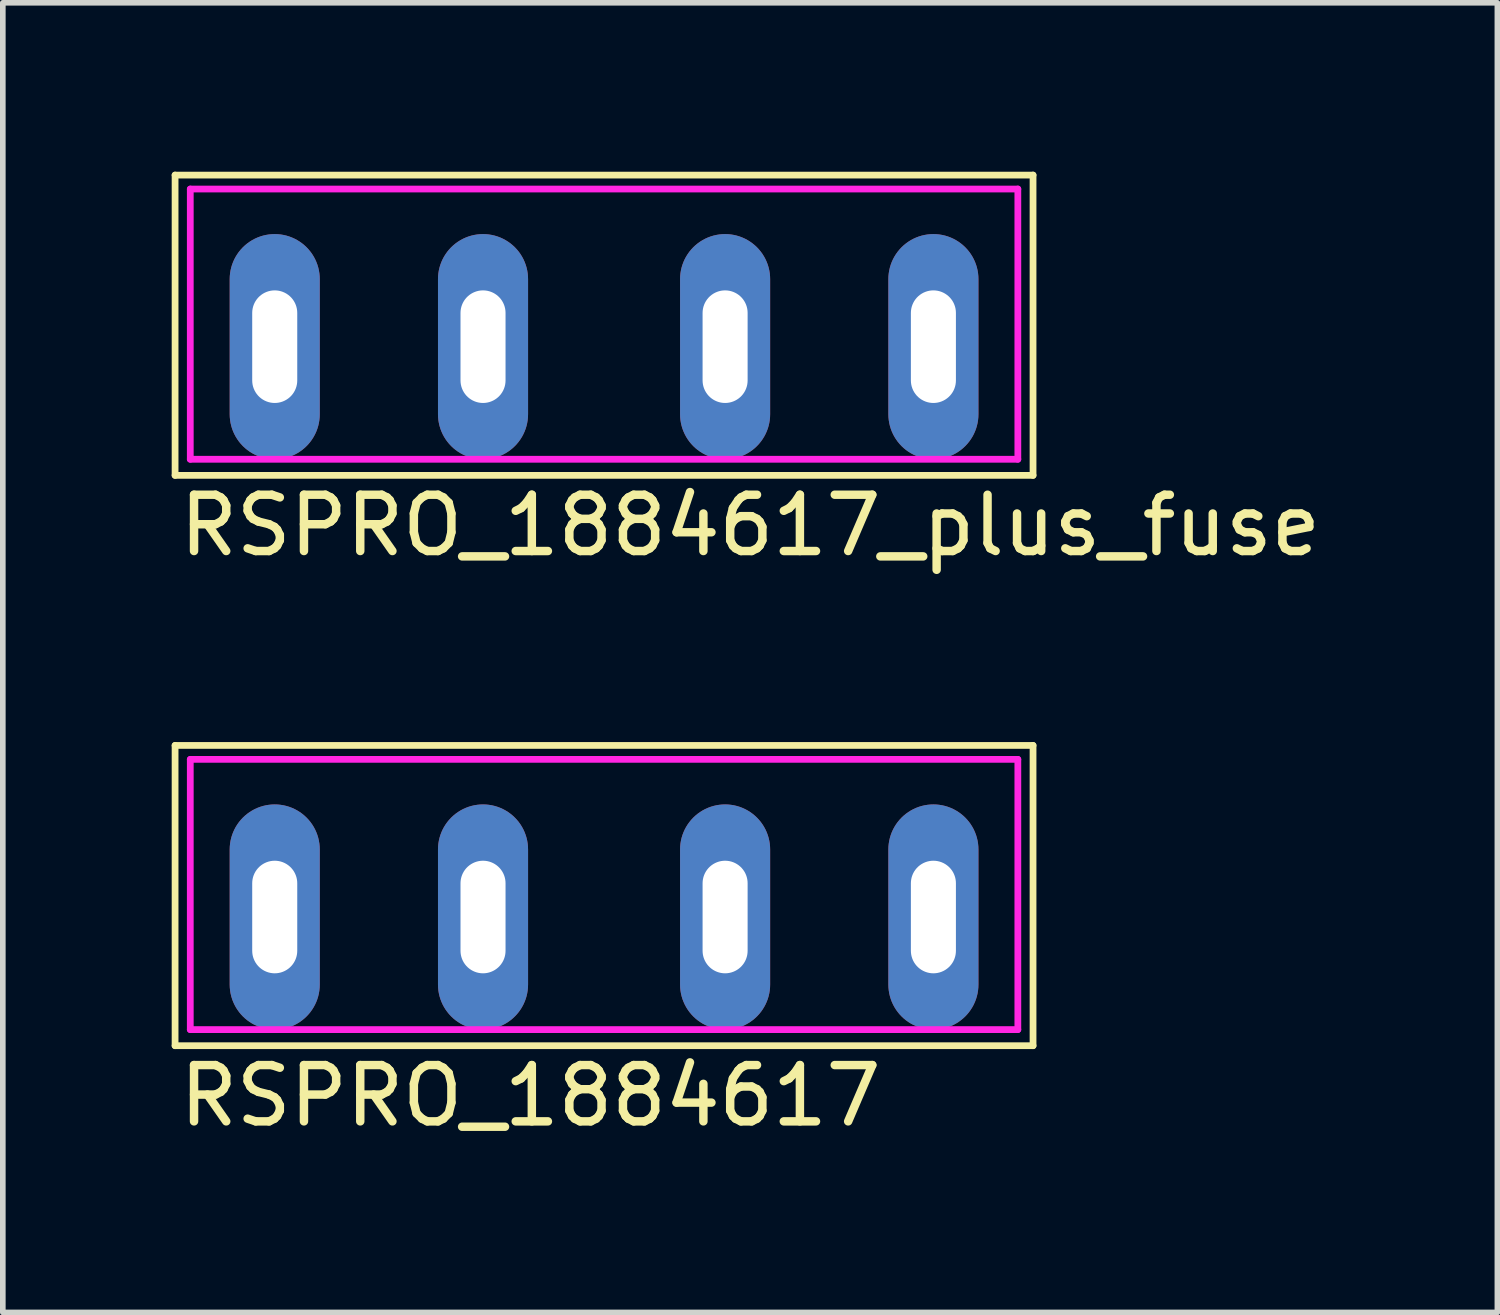
<source format=kicad_pcb>
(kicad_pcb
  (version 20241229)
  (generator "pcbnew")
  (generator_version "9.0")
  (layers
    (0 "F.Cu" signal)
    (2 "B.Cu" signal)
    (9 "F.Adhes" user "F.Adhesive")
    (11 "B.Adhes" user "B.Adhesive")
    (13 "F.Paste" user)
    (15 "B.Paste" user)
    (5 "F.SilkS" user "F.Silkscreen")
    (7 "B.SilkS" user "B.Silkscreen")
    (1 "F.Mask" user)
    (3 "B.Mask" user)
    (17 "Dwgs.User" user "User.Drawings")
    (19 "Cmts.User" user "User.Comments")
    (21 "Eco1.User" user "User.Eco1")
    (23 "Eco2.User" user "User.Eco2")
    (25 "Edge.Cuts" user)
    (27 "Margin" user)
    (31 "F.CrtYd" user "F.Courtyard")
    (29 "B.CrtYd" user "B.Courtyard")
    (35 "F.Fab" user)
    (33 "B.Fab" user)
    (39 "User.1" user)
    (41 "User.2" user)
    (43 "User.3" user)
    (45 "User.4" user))
  (footprint "RSPRO_1884617"
    (layer "F.Cu")
    (at 7.68 13.239)
    (property "Reference" "RSPRO_1884617" (at -7.62 3.175 0) (layer "F.SilkS") (effects (font (size 1 1) (thickness 0.15)) (justify left)))
    (attr through_hole)
    (fp_line (start -7.62 -3.048) (end 7.62 -3.048) (stroke (width 0.12) (type solid)) (layer "F.SilkS"))
    (fp_line (start -7.62 2.286) (end -7.62 -3.048) (stroke (width 0.12) (type solid)) (layer "F.SilkS"))
    (fp_line (start 7.62 -3.048) (end 7.62 2.286) (stroke (width 0.12) (type solid)) (layer "F.SilkS"))
    (fp_line (start 7.62 2.286) (end -7.62 2.286) (stroke (width 0.12) (type solid)) (layer "F.SilkS"))
    (fp_line (start -7.35 -2.8) (end -7.35 2) (stroke (width 0.12) (type solid)) (layer "F.CrtYd"))
    (fp_line (start -7.35 -2.8) (end 7.35 -2.8) (stroke (width 0.12) (type solid)) (layer "F.CrtYd"))
    (fp_line (start 7.35 -2.8) (end 7.35 2) (stroke (width 0.12) (type solid)) (layer "F.CrtYd"))
    (fp_line (start 7.35 2) (end -7.35 2) (stroke (width 0.12) (type solid)) (layer "F.CrtYd"))
    (pad "1" thru_hole oval (at -5.85 0) (size 1.6 4) (drill oval 0.8 2) (layers "*.Cu" "*.Mask"))
    (pad "1" thru_hole oval (at -2.15 0) (size 1.6 4) (drill oval 0.8 2) (layers "*.Cu" "*.Mask"))
    (pad "2" thru_hole oval (at 2.15 0) (size 1.6 4) (drill oval 0.8 2) (layers "*.Cu" "*.Mask"))
    (pad "2" thru_hole oval (at 5.85 0) (size 1.6 4) (drill oval 0.8 2) (layers "*.Cu" "*.Mask")))
  (footprint "RSPRO_1884617_plus_fuse"
    (layer "F.Cu")
    (at 7.68 3.108)
    (property "Reference" "RSPRO_1884617_plus_fuse" (at -7.62 3.175 0) (layer "F.SilkS") (effects (font (size 1 1) (thickness 0.15)) (justify left)))
    (attr through_hole)
    (fp_line (start -7.62 -3.048) (end 7.62 -3.048) (stroke (width 0.12) (type solid)) (layer "F.SilkS"))
    (fp_line (start -7.62 2.286) (end -7.62 -3.048) (stroke (width 0.12) (type solid)) (layer "F.SilkS"))
    (fp_line (start 7.62 -3.048) (end 7.62 2.286) (stroke (width 0.12) (type solid)) (layer "F.SilkS"))
    (fp_line (start 7.62 2.286) (end -7.62 2.286) (stroke (width 0.12) (type solid)) (layer "F.SilkS"))
    (fp_line (start -7.35 -2.8) (end -7.35 2) (stroke (width 0.12) (type solid)) (layer "F.CrtYd"))
    (fp_line (start -7.35 -2.8) (end 7.35 -2.8) (stroke (width 0.12) (type solid)) (layer "F.CrtYd"))
    (fp_line (start 7.35 -2.8) (end 7.35 2) (stroke (width 0.12) (type solid)) (layer "F.CrtYd"))
    (fp_line (start 7.35 2) (end -7.35 2) (stroke (width 0.12) (type solid)) (layer "F.CrtYd"))
    (pad "1" thru_hole oval (at -5.85 0) (size 1.6 4) (drill oval 0.8 2) (layers "*.Cu" "*.Mask"))
    (pad "1" thru_hole oval (at -2.15 0) (size 1.6 4) (drill oval 0.8 2) (layers "*.Cu" "*.Mask"))
    (pad "2" thru_hole oval (at 2.15 0) (size 1.6 4) (drill oval 0.8 2) (layers "*.Cu" "*.Mask"))
    (pad "2" thru_hole oval (at 5.85 0) (size 1.6 4) (drill oval 0.8 2) (layers "*.Cu" "*.Mask")))
  (gr_rect
    (start -3 -3)
    (end 23.548 20.262)
    (stroke (width 0.1) (type default))
    (fill no)
    (layer "Edge.Cuts")))
</source>
